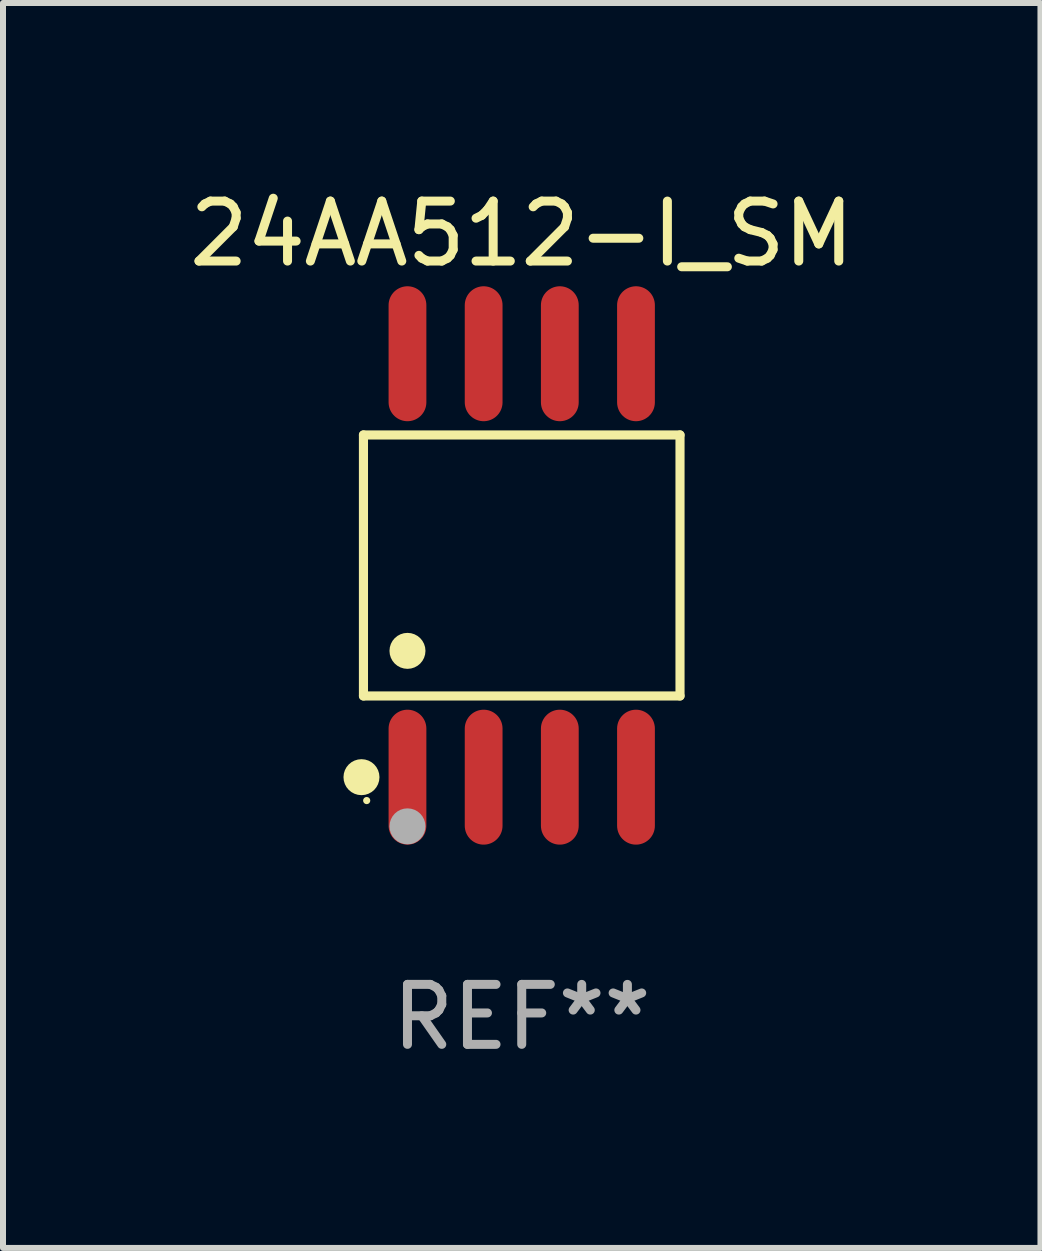
<source format=kicad_pcb>
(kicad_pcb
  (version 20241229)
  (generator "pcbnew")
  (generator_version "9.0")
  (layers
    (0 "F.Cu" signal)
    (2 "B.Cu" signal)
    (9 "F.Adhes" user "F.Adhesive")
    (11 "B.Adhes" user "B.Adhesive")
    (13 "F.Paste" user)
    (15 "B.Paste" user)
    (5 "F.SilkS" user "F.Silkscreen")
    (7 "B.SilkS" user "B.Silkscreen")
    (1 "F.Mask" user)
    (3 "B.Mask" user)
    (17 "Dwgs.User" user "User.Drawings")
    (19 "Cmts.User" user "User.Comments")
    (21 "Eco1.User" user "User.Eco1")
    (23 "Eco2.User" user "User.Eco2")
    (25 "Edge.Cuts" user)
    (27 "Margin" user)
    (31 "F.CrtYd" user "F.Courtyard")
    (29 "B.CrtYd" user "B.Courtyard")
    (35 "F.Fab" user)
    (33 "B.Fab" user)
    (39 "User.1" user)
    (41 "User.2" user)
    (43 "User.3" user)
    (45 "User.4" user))
  (footprint "24AA512-I_SM"
    (layer "F.Cu")
    (at 5.649 6.378)
    (property "Reference" "24AA512-I_SM" (at 0 -5.53 0) (layer "F.SilkS") (effects (font (size 1 1) (thickness 0.15))))
    (attr through_hole)
    (fp_line (start -2.639 -2.176) (end 2.639 -2.176) (stroke (width 0.152) (type solid)) (layer "F.SilkS"))
    (fp_line (start -2.639 2.176) (end -2.639 -2.176) (stroke (width 0.152) (type solid)) (layer "F.SilkS"))
    (fp_line (start 2.639 -2.176) (end 2.639 2.176) (stroke (width 0.152) (type solid)) (layer "F.SilkS"))
    (fp_line (start 2.639 2.176) (end -2.639 2.176) (stroke (width 0.152) (type solid)) (layer "F.SilkS"))
    (fp_circle (center -2.672 3.53) (end -2.522 3.53) (stroke (width 0.3) (type solid)) (fill no) (layer "F.SilkS"))
    (fp_circle (center -2.585 3.92) (end -2.555 3.92) (stroke (width 0.06) (type solid)) (fill no) (layer "F.SilkS"))
    (fp_circle (center -1.905 1.424) (end -1.755 1.424) (stroke (width 0.3) (type solid)) (fill no) (layer "F.SilkS"))
    (fp_circle (center -1.905 4.35) (end -1.755 4.35) (stroke (width 0.3) (type solid)) (fill no) (layer "F.Fab"))
    (fp_text user "REF**" (at 0 7.53 0) (layer "F.Fab") (effects (font (size 1 1) (thickness 0.15))))
    (pad "1" smd oval (at -1.905 3.53) (size 0.63 2.25) (layers "F.Cu" "F.Mask" "F.Paste"))
    (pad "2" smd oval (at -0.635 3.53) (size 0.63 2.25) (layers "F.Cu" "F.Mask" "F.Paste"))
    (pad "3" smd oval (at 0.635 3.53) (size 0.63 2.25) (layers "F.Cu" "F.Mask" "F.Paste"))
    (pad "4" smd oval (at 1.905 3.53) (size 0.63 2.25) (layers "F.Cu" "F.Mask" "F.Paste"))
    (pad "5" smd oval (at 1.905 -3.53) (size 0.63 2.25) (layers "F.Cu" "F.Mask" "F.Paste"))
    (pad "6" smd oval (at 0.635 -3.53) (size 0.63 2.25) (layers "F.Cu" "F.Mask" "F.Paste"))
    (pad "7" smd oval (at -0.635 -3.53) (size 0.63 2.25) (layers "F.Cu" "F.Mask" "F.Paste"))
    (pad "8" smd oval (at -1.905 -3.53) (size 0.63 2.25) (layers "F.Cu" "F.Mask" "F.Paste")))
  (gr_rect
    (start -3 -3)
    (end 14.298 17.757)
    (stroke (width 0.1) (type default))
    (fill no)
    (layer "Edge.Cuts")))
</source>
